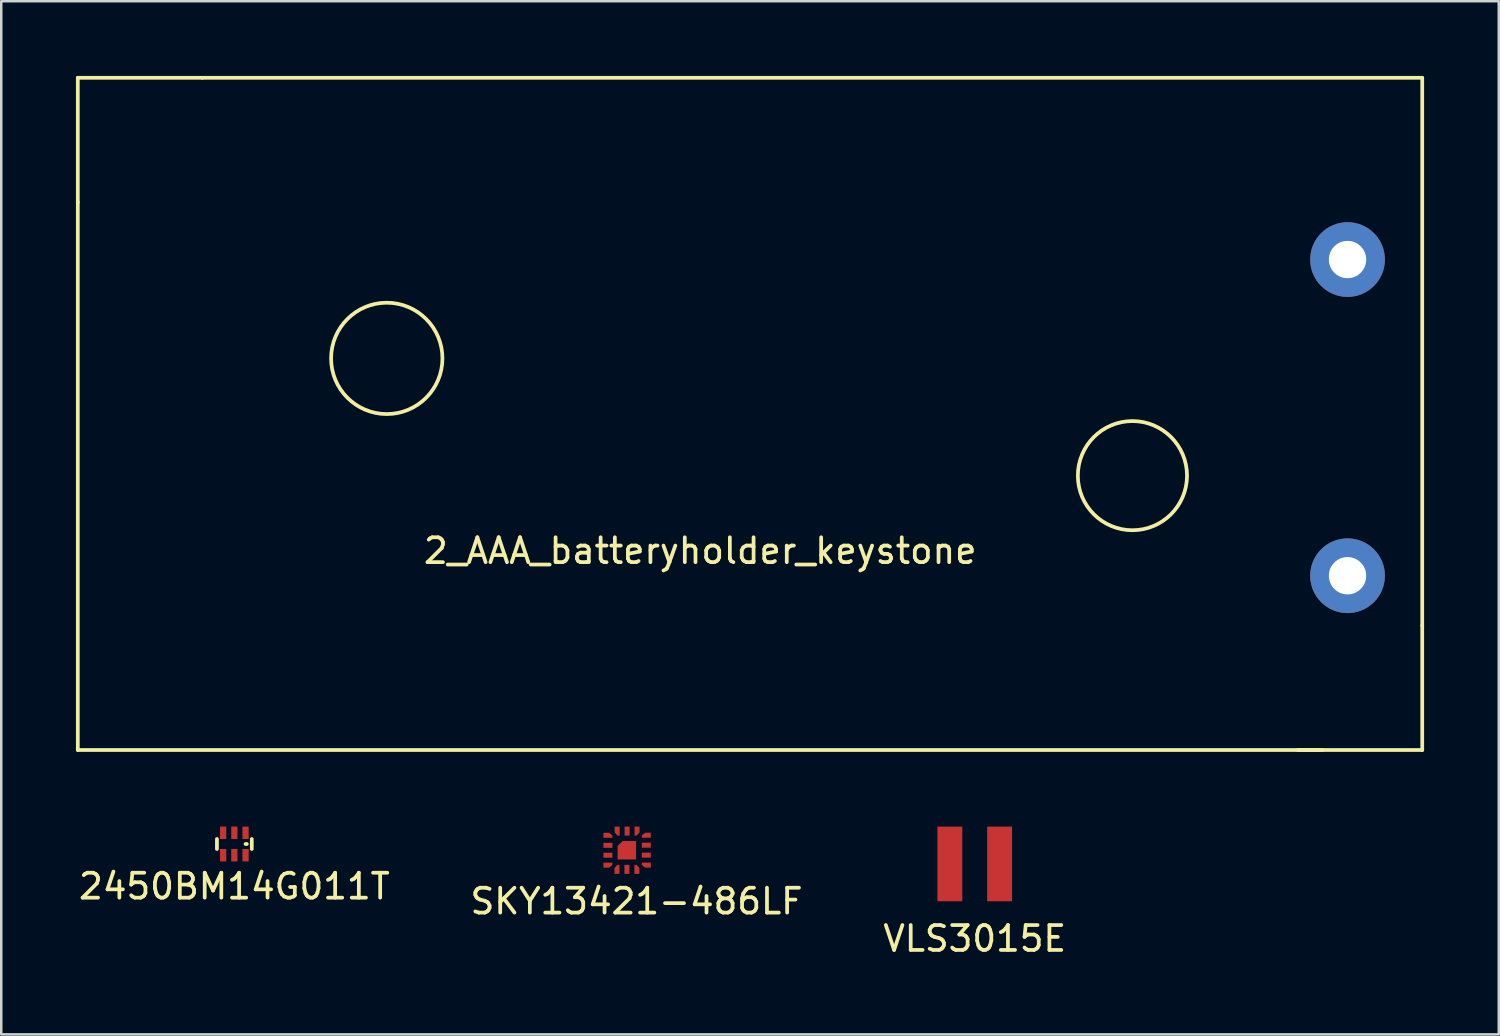
<source format=kicad_pcb>
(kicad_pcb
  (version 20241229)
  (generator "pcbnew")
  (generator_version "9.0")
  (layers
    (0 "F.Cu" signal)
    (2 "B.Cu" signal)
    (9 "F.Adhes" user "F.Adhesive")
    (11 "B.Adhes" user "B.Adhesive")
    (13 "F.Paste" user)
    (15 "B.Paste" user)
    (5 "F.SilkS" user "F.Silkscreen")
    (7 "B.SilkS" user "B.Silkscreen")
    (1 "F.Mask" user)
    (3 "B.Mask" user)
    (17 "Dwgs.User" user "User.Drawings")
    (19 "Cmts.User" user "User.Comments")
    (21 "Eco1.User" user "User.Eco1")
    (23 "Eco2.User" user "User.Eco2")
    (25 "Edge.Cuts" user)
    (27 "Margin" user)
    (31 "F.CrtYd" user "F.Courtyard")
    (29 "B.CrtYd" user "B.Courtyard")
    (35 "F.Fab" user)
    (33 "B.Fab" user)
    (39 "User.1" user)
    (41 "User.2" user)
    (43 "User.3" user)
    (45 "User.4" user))
  (footprint "2_AAA_batteryholder_keystone"
    (layer "F.Cu")
    (at 51.075 20.075)
    (property "Reference" "2_AAA_batteryholder_keystone" (at -26 -1 0) (layer "F.SilkS") (effects (font (size 1 1) (thickness 0.15))))
    (attr through_hole)
    (fp_line (start -51 -20) (end -46 -20) (stroke (width 0.15) (type solid)) (layer "F.SilkS"))
    (fp_line (start -51 -15) (end -51 -20) (stroke (width 0.15) (type solid)) (layer "F.SilkS"))
    (fp_line (start -51 -15) (end -51 7) (stroke (width 0.15) (type solid)) (layer "F.SilkS"))
    (fp_line (start -51 7) (end -1 7) (stroke (width 0.15) (type solid)) (layer "F.SilkS"))
    (fp_line (start 3 -20) (end -46 -20) (stroke (width 0.15) (type solid)) (layer "F.SilkS"))
    (fp_line (start 3 2) (end 3 -20) (stroke (width 0.15) (type solid)) (layer "F.SilkS"))
    (fp_line (start 3 2) (end 3 7) (stroke (width 0.15) (type solid)) (layer "F.SilkS"))
    (fp_line (start 3 7) (end -2 7) (stroke (width 0.15) (type solid)) (layer "F.SilkS"))
    (fp_circle (center -38.59 -8.73) (end -40.59 -9.73) (stroke (width 0.15) (type solid)) (fill no) (layer "F.SilkS"))
    (fp_circle (center -8.64 -4.02) (end -9.92 -5.8) (stroke (width 0.15) (type solid)) (fill no) (layer "F.SilkS"))
    (pad "1" thru_hole circle (at 0 0) (size 3 3) (drill 1.5) (layers "*.Cu" "*.Mask"))
    (pad "2" thru_hole circle (at 0 -12.7) (size 3 3) (drill 1.5) (layers "*.Cu" "*.Mask")))
  (footprint "VLS3015E"
    (layer "F.Cu")
    (at 36.101 31.65)
    (property "Reference" "VLS3015E" (at 0 3 0) (layer "F.SilkS") (effects (font (size 1 1) (thickness 0.15))))
    (attr through_hole)
    (pad "1" smd rect (at -1 0) (size 1 3) (layers "F.Cu" "F.Mask" "F.Paste"))
    (pad "1" smd rect (at 1 0) (size 1 3) (layers "F.Cu" "F.Mask" "F.Paste")))
  (footprint "2450BM14G011T"
    (layer "F.Cu")
    (at 6.363 30.85)
    (property "Reference" "2450BM14G011T" (at 0 1.7 0) (layer "F.SilkS") (effects (font (size 1 1) (thickness 0.15))))
    (attr through_hole)
    (fp_line (start -0.7 0.2) (end -0.7 -0.2) (stroke (width 0.15) (type solid)) (layer "F.SilkS"))
    (fp_line (start 0.5 0) (end 0.45 0) (stroke (width 0.15) (type solid)) (layer "F.SilkS"))
    (fp_line (start 0.7 0.2) (end 0.7 -0.2) (stroke (width 0.15) (type solid)) (layer "F.SilkS"))
    (pad "1" smd rect (at 0.45 -0.45) (size 0.25 0.5) (layers "F.Cu" "F.Mask" "F.Paste"))
    (pad "2" smd rect (at 0 -0.45) (size 0.25 0.5) (layers "F.Cu" "F.Mask" "F.Paste"))
    (pad "3" smd rect (at -0.45 -0.45) (size 0.25 0.5) (layers "F.Cu" "F.Mask" "F.Paste"))
    (pad "4" smd rect (at -0.45 0.45) (size 0.25 0.5) (layers "F.Cu" "F.Mask" "F.Paste"))
    (pad "5" smd rect (at 0 0.45) (size 0.25 0.5) (layers "F.Cu" "F.Mask" "F.Paste"))
    (pad "6" smd rect (at 0.45 0.45) (size 0.25 0.5) (layers "F.Cu" "F.Mask" "F.Paste")))
  (footprint "SKY13421-486LF"
    (layer "F.Cu")
    (at 21.548 30.601)
    (property "Reference" "SKY13421-486LF" (at 0.97 2.55 0) (layer "F.SilkS") (effects (font (size 1 1) (thickness 0.15))))
    (attr through_hole)
    (pad "0" smd custom (at 0.46 0.47) (size 0.1 0.1) (layers "F.Cu" "F.Mask" "F.Paste") (options (anchor circle)) (primitives (gr_poly (pts (xy -0.25 -0.14) (xy -0.25 0.05) (xy -0.25 0.4) (xy 0.49 0.4) (xy 0.49 -0.34) (xy -0.05 -0.34)) (width 0.001) (fill yes))))
    (pad "1" smd custom (at -0.2 -0.1) (size 0.1 0.1) (layers "F.Cu" "F.Mask" "F.Paste") (options (anchor circle)) (primitives (gr_poly (pts (xy 0.2 0.1) (xy -0.16 0.1) (xy -0.16 -0.1) (xy 0.07 -0.1) (xy 0.2 0.01)) (width 0.001) (fill yes))))
    (pad "2" smd custom (at -0.18 0.3) (size 0.1 0.1) (layers "F.Cu" "F.Mask" "F.Paste") (options (anchor circle)) (primitives (gr_poly (pts (xy 0.18 -0.1) (xy -0.18 -0.1) (xy -0.18 0.1) (xy 0.18 0.1)) (width 0.001) (fill yes))))
    (pad "3" smd custom (at -0.18 0.71) (size 0.1 0.1) (layers "F.Cu" "F.Mask" "F.Paste") (options (anchor circle)) (primitives (gr_poly (pts (xy 0.18 -0.11) (xy -0.18 -0.11) (xy -0.18 0.09) (xy 0.18 0.09)) (width 0.001) (fill yes))))
    (pad "4" smd custom (at -0.19 1.09) (size 0.1 0.1) (layers "F.Cu" "F.Mask" "F.Paste") (options (anchor circle)) (primitives (gr_poly (pts (xy 0.19 -0.09) (xy -0.17 -0.09) (xy -0.17 0.11) (xy 0.06 0.11) (xy 0.19 0)) (width 0.001) (fill yes))))
    (pad "5" smd custom (at 0.19 1.3) (size 0.1 0.1) (layers "F.Cu" "F.Mask" "F.Paste") (options (anchor circle)) (primitives (gr_poly (pts (xy 0.093 -0.212) (xy 0.093 0.148) (xy -0.107 0.148) (xy -0.107 -0.082) (xy 0.003 -0.212)) (width 0.001) (fill yes))))
    (pad "6" smd custom (at 0.59 1.28) (size 0.1 0.1) (layers "F.Cu" "F.Mask" "F.Paste") (options (anchor circle)) (primitives (gr_poly (pts (xy -0.107 -0.192) (xy -0.107 0.168) (xy 0.093 0.168) (xy 0.093 -0.192)) (width 0.001) (fill yes))))
    (pad "7" smd custom (at 0.97 1.29) (size 0.1 0.1) (layers "F.Cu" "F.Mask" "F.Paste") (options (anchor circle)) (primitives (gr_poly (pts (xy -0.087 -0.202) (xy -0.087 0.158) (xy 0.113 0.158) (xy 0.113 -0.072) (xy 0.003 -0.202)) (width 0.001) (fill yes))))
    (pad "8" smd custom (at 1.4 1.08) (size 0.1 0.1) (layers "F.Cu" "F.Mask" "F.Paste") (options (anchor circle)) (primitives (gr_poly (pts (xy -0.219 -0.083) (xy 0.141 -0.083) (xy 0.141 0.117) (xy -0.089 0.117) (xy -0.219 0.007)) (width 0.001) (fill yes))))
    (pad "9" smd custom (at 1.37 0.69) (size 0.1 0.1) (layers "F.Cu" "F.Mask" "F.Paste") (options (anchor circle)) (primitives (gr_poly (pts (xy -0.189 0.107) (xy 0.171 0.107) (xy 0.171 -0.093) (xy -0.189 -0.093)) (width 0.001) (fill yes))))
    (pad "10" smd custom (at 1.36 0.29) (size 0.1 0.1) (layers "F.Cu" "F.Mask" "F.Paste") (options (anchor circle)) (primitives (gr_poly (pts (xy -0.179 0.107) (xy 0.181 0.107) (xy 0.181 -0.093) (xy -0.179 -0.093)) (width 0.001) (fill yes))))
    (pad "11" smd custom (at 1.35 -0.08) (size 0.1 0.1) (layers "F.Cu" "F.Mask" "F.Paste") (options (anchor circle)) (primitives (gr_poly (pts (xy -0.169 0.077) (xy 0.191 0.077) (xy 0.191 -0.123) (xy -0.039 -0.123) (xy -0.169 -0.013)) (width 0.001) (fill yes))))
    (pad "12" smd custom (at 0.97 -0.31) (size 0.1 0.1) (layers "F.Cu" "F.Mask" "F.Paste") (options (anchor circle)) (primitives (gr_poly (pts (xy -0.08 0.22) (xy -0.08 -0.14) (xy 0.12 -0.14) (xy 0.12 0.09) (xy 0.01 0.22)) (width 0.001) (fill yes))))
    (pad "13" smd custom (at 0.54 -0.3) (size 0.1 0.1) (layers "F.Cu" "F.Mask" "F.Paste") (options (anchor circle)) (primitives (gr_poly (pts (xy 0.15 0.21) (xy 0.15 -0.15) (xy -0.05 -0.15) (xy -0.05 0.21)) (width 0.001) (fill yes))))
    (pad "14" smd custom (at 0.19 -0.31) (size 0.1 0.1) (layers "F.Cu" "F.Mask" "F.Paste") (options (anchor circle)) (primitives (gr_poly (pts (xy 0.1 0.22) (xy 0.1 -0.14) (xy -0.1 -0.14) (xy -0.1 0.09) (xy 0.01 0.22)) (width 0.001) (fill yes)))))
  (gr_rect
    (start -3 -3)
    (end 57.15 38.498)
    (stroke (width 0.1) (type default))
    (fill no)
    (layer "Edge.Cuts")))
</source>
